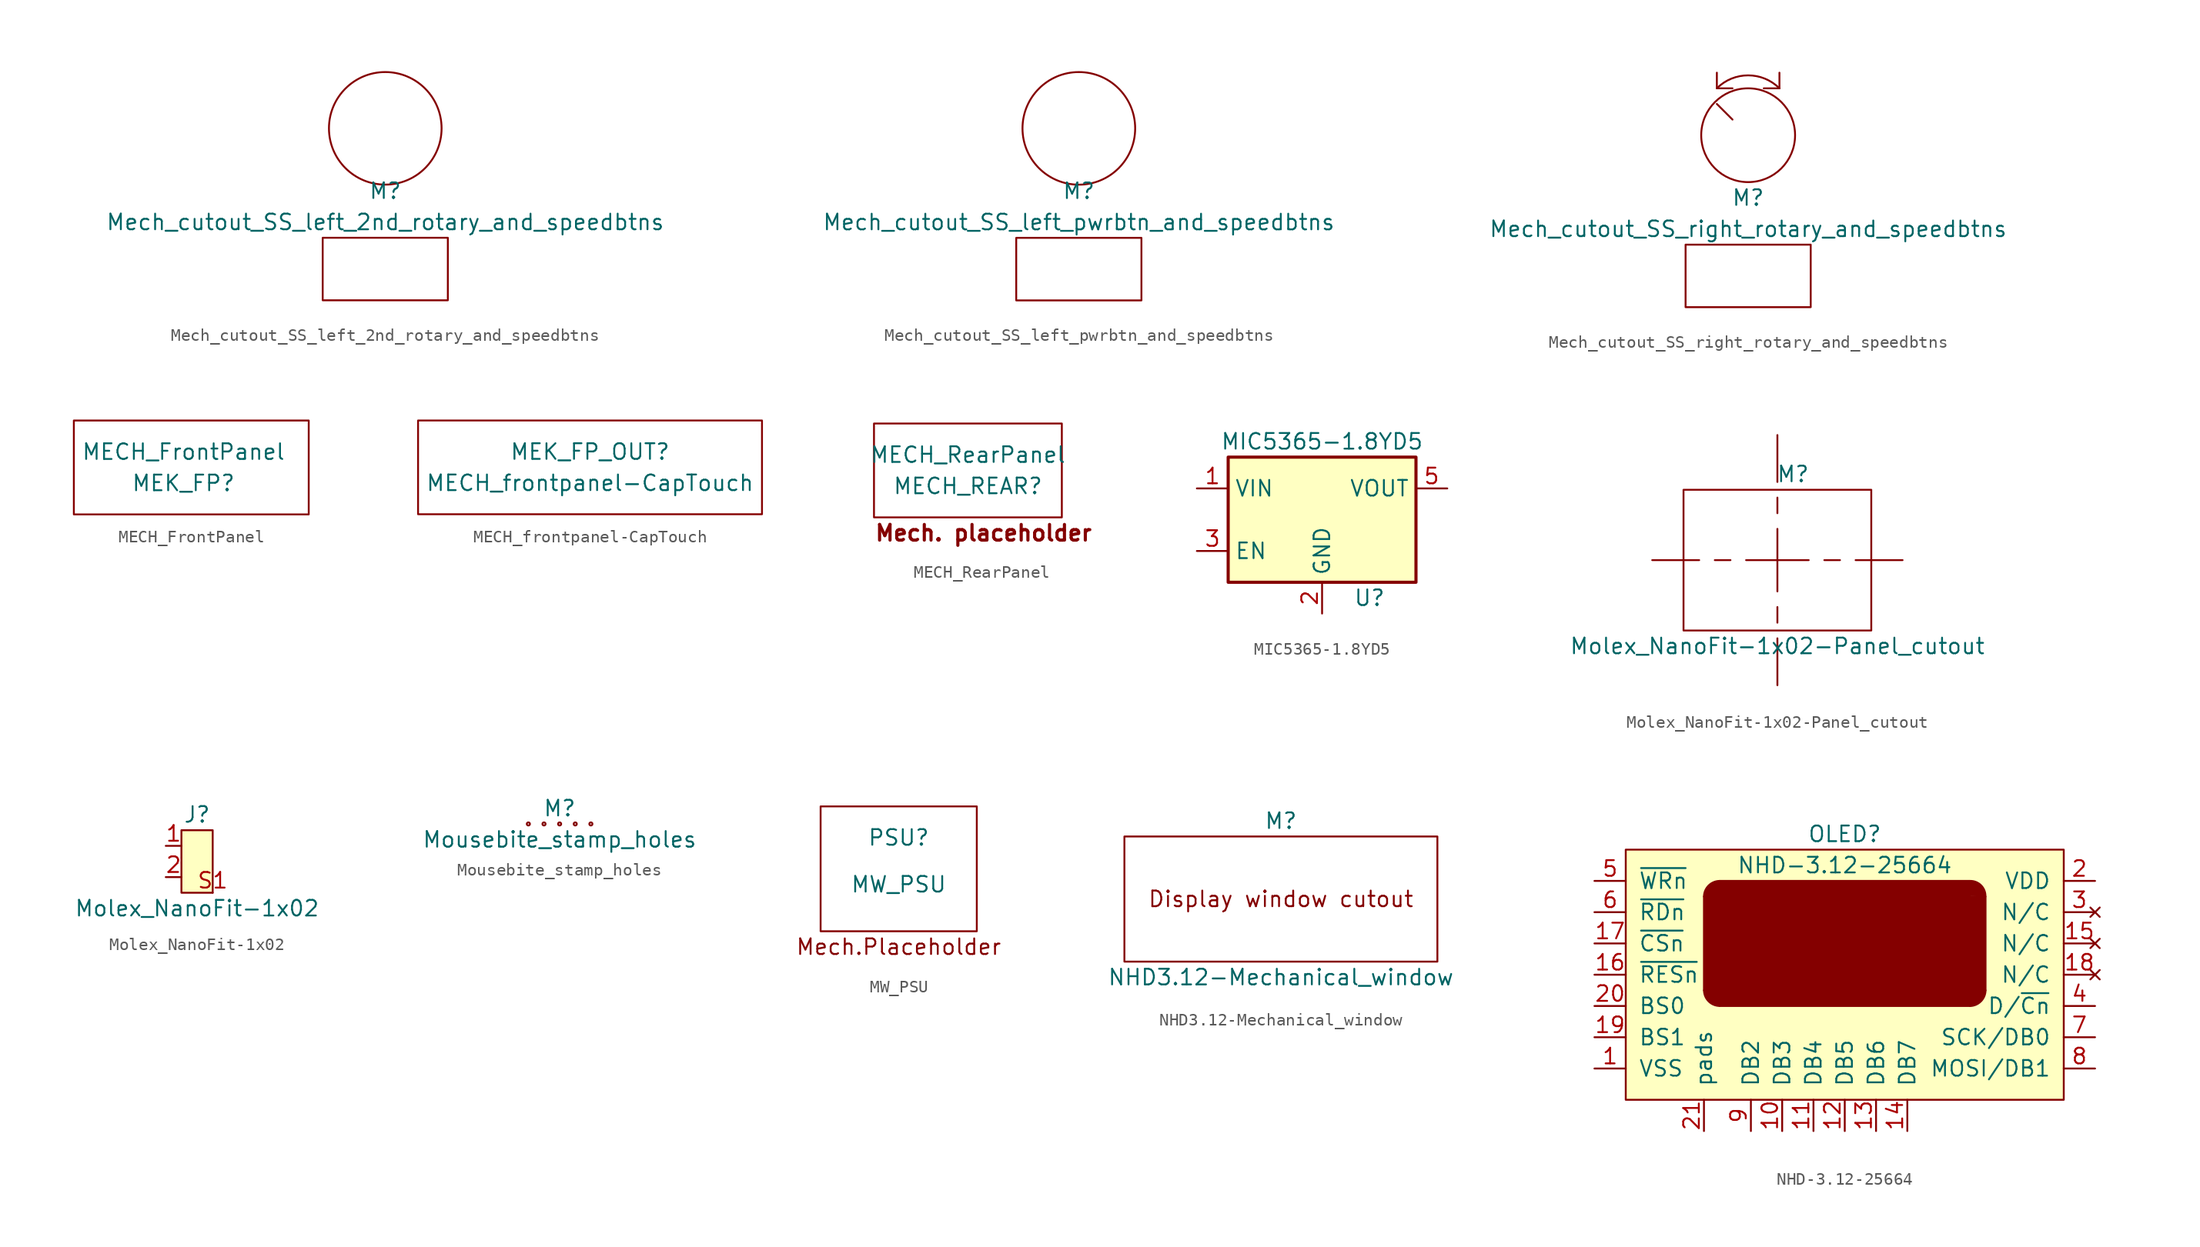
<source format=kicad_sym>
(kicad_symbol_lib
  (version 20211014)
  (generator kicad_symbol_editor)
  (symbol "Mech_cutout_SS_left_2nd_rotary_and_speedbtns"
    (pin_numbers hide)
    (pin_names
      (offset 0) hide)
    (property "Reference" "M"
      (at 0 -5.08 0)
      (effects (font (size 1.27 1.27))))
    (property "Value" "Mech_cutout_SS_left_2nd_rotary_and_speedbtns"
      (at 0 -7.62 0)
      (effects (font (size 1.27 1.27))))
    (symbol "Mech_cutout_SS_left_2nd_rotary_and_speedbtns_0_0"
      (rectangle (start -5.08 -8.89) (end 5.08 -13.97) (stroke (width 0) (type default) (color 0 0 0 0)) (fill (type none)))
      (circle (center 0 0) (radius 4.572) (stroke (width 0) (type default) (color 0 0 0 0)) (fill (type none)))))
  (symbol "Mech_cutout_SS_left_pwrbtn_and_speedbtns"
    (pin_numbers hide)
    (pin_names
      (offset 0) hide)
    (property "Reference" "M"
      (at 0 -5.08 0)
      (effects (font (size 1.27 1.27))))
    (property "Value" "Mech_cutout_SS_left_pwrbtn_and_speedbtns"
      (at 0 -7.62 0)
      (effects (font (size 1.27 1.27))))
    (symbol "Mech_cutout_SS_left_pwrbtn_and_speedbtns_0_0"
      (rectangle (start -5.08 -8.89) (end 5.08 -13.97) (stroke (width 0) (type default) (color 0 0 0 0)) (fill (type none)))
      (circle (center 0 0) (radius 4.572) (stroke (width 0) (type default) (color 0 0 0 0)) (fill (type none)))))
  (symbol "Mech_cutout_SS_right_rotary_and_speedbtns"
    (pin_numbers hide)
    (pin_names
      (offset 0) hide)
    (property "Reference" "M"
      (at 0 -5.08 0)
      (effects (font (size 1.27 1.27))))
    (property "Value" "Mech_cutout_SS_right_rotary_and_speedbtns"
      (at 0 -7.62 0)
      (effects (font (size 1.27 1.27))))
    (symbol "Mech_cutout_SS_right_rotary_and_speedbtns_0_0"
      (rectangle (start -5.08 -8.89) (end 5.08 -13.97) (stroke (width 0) (type default) (color 0 0 0 0)) (fill (type none)))
      (polyline (pts (xy -2.54 2.54) (xy -1.27 1.27)) (stroke (width 0) (type default) (color 0 0 0 0)) (fill (type none)))
      (polyline (pts (xy 2.54 3.81) (xy 1.27 3.81)) (stroke (width 0) (type default) (color 0 0 0 0)) (fill (type none)))
      (polyline (pts (xy 2.54 3.81) (xy 2.54 5.08)) (stroke (width 0) (type default) (color 0 0 0 0)) (fill (type none)))
      (polyline (pts (xy -2.54 3.81) (xy -2.54 5.08) (xy -2.54 3.81) (xy -1.27 3.81)) (stroke (width 0) (type default) (color 0 0 0 0)) (fill (type none)))
      (circle (center 0 0) (radius 3.81) (stroke (width 0) (type default) (color 0 0 0 0)) (fill (type none)))
      (arc (start 2.54 3.81) (mid 0 4.8621) (end -2.54 3.81) (stroke (width 0) (type default) (color 0 0 0 0)) (fill (type none)))))
  (symbol "MECH_FrontPanel"
    (property "Reference" "MEK_FP"
      (at 0 -1.27 0)
      (effects (font (size 1.27 1.27))))
    (property "Value" "MECH_FrontPanel"
      (at 0 1.27 0)
      (effects (font (size 1.27 1.27))))
    (symbol "MECH_FrontPanel_0_1"
      (polyline (pts (xy -8.89 3.81) (xy -8.89 -3.81) (xy 10.16 -3.81) (xy 10.16 3.81) (xy -8.89 3.81)) (stroke (width 0.152) (type default) (color 0 0 0 0)) (fill (type none)))))
  (symbol "MECH_frontpanel-CapTouch"
    (property "Reference" "MEK_FP_OUT"
      (at 0 1.27 0)
      (effects (font (size 1.27 1.27))))
    (property "Value" "MECH_frontpanel-CapTouch"
      (at 0 -1.27 0)
      (effects (font (size 1.27 1.27))))
    (symbol "MECH_frontpanel-CapTouch_0_1"
      (polyline (pts (xy -13.97 3.81) (xy -13.97 -3.81) (xy 13.97 -3.81) (xy 13.97 3.81) (xy -13.97 3.81)) (stroke (width 0.152) (type default) (color 0 0 0 0)) (fill (type none)))))
  (symbol "MECH_RearPanel"
    (property "Reference" "MECH_REAR"
      (at 0 -1.27 0)
      (effects (font (size 1.27 1.27))))
    (property "Value" "MECH_RearPanel"
      (at 0 1.27 0)
      (effects (font (size 1.27 1.27))))
    (symbol "MECH_RearPanel_0_0"
      (text "Mech. placeholder" (at 1.27 -5.08 0) (effects (font (size 1.27 1.27) bold))))
    (symbol "MECH_RearPanel_0_1"
      (rectangle (start -7.62 3.81) (end 7.62 -3.81) (stroke (width 0.152) (type default) (color 0 0 0 0)) (fill (type none)))))
  (symbol "MIC5365-1.8YD5"
    (property "Reference" "U"
      (at 2.54 -6.35 0)
      (effects (font (size 1.27 1.27)) (justify left)))
    (property "Value" "MIC5365-1.8YD5"
      (at 0 6.35 0)
      (effects (font (size 1.27 1.27))))
    (symbol "MIC5365-1.8YD5_0_1"
      (rectangle (start -7.62 -5.08) (end 7.62 5.08) (stroke (width 0.254) (type default) (color 0 0 0 0)) (fill (type background))))
    (symbol "MIC5365-1.8YD5_1_1"
      (pin power_in line (at -10.16 2.54 0) (length 2.54) (name "VIN" (effects (font (size 1.27 1.27)))) (number "1" (effects (font (size 1.27 1.27)))))
      (pin power_in line (at 0 -7.62 90) (length 2.54) (name "GND" (effects (font (size 1.27 1.27)))) (number "2" (effects (font (size 1.27 1.27)))))
      (pin input line (at -10.16 -2.54 0) (length 2.54) (name "EN" (effects (font (size 1.27 1.27)))) (number "3" (effects (font (size 1.27 1.27)))))
      (pin no_connect line (at 7.62 -2.54 180) (length 2.54) hide (name "NC" (effects (font (size 1.27 1.27)))) (number "4" (effects (font (size 1.27 1.27)))))
      (pin power_out line (at 10.16 2.54 180) (length 2.54) (name "VOUT" (effects (font (size 1.27 1.27)))) (number "5" (effects (font (size 1.27 1.27)))))))
  (symbol "Molex_NanoFit-1x02-Panel_cutout"
    (pin_names
      (offset 1.016))
    (property "Reference" "M"
      (at 1.27 6.985 0)
      (effects (font (size 1.27 1.27))))
    (property "Value" "Molex_NanoFit-1x02-Panel_cutout"
      (at 0 -6.985 0)
      (effects (font (size 1.27 1.27))))
    (symbol "Molex_NanoFit-1x02-Panel_cutout_0_0"
      (polyline (pts (xy -6.35 0) (xy -10.16 0)) (stroke (width 0) (type default) (color 0 0 0 0)) (fill (type none)))
      (polyline (pts (xy -3.81 0) (xy -5.08 0)) (stroke (width 0) (type default) (color 0 0 0 0)) (fill (type none)))
      (polyline (pts (xy -2.54 0) (xy 2.54 0)) (stroke (width 0) (type default) (color 0 0 0 0)) (fill (type none)))
      (polyline (pts (xy 0 -6.35) (xy 0 -10.16)) (stroke (width 0) (type default) (color 0 0 0 0)) (fill (type none)))
      (polyline (pts (xy 0 -3.81) (xy 0 -5.08)) (stroke (width 0) (type default) (color 0 0 0 0)) (fill (type none)))
      (polyline (pts (xy 0 2.54) (xy 0 -2.54)) (stroke (width 0) (type default) (color 0 0 0 0)) (fill (type none)))
      (polyline (pts (xy 0 3.81) (xy 0 5.08)) (stroke (width 0) (type default) (color 0 0 0 0)) (fill (type none)))
      (polyline (pts (xy 0 6.35) (xy 0 10.16)) (stroke (width 0) (type default) (color 0 0 0 0)) (fill (type none)))
      (polyline (pts (xy 3.81 0) (xy 5.08 0)) (stroke (width 0) (type default) (color 0 0 0 0)) (fill (type none)))
      (polyline (pts (xy 6.35 0) (xy 10.16 0)) (stroke (width 0) (type default) (color 0 0 0 0)) (fill (type none))))
    (symbol "Molex_NanoFit-1x02-Panel_cutout_0_1"
      (rectangle (start -7.62 5.715) (end 7.62 -5.715) (stroke (width 0) (type default) (color 0 0 0 0)) (fill (type none)))))
  (symbol "Molex_NanoFit-1x02"
    (pin_names
      (offset 1.016) hide)
    (property "Reference" "J"
      (at 0 3.81 0)
      (effects (font (size 1.27 1.27))))
    (property "Value" "Molex_NanoFit-1x02"
      (at 0 -3.81 0)
      (effects (font (size 1.27 1.27))))
    (symbol "Molex_NanoFit-1x02_0_1"
      (rectangle (start -1.27 2.54) (end 1.27 -2.54) (stroke (width 0) (type default) (color 0 0 0 0)) (fill (type background))))
    (symbol "Molex_NanoFit-1x02_1_1"
      (pin passive line (at -2.54 1.27 0) (length 1.27) (name "1" (effects (font (size 1.27 1.27)))) (number "1" (effects (font (size 1.27 1.27)))))
      (pin passive line (at -2.54 -1.27 0) (length 1.27) (name "2" (effects (font (size 1.27 1.27)))) (number "2" (effects (font (size 1.27 1.27)))))
      (pin passive line (at 1.27 -2.54 180) (length 0) (name "~" (effects (font (size 1.27 1.27)))) (number "S1" (effects (font (size 1.27 1.27)))))
      (pin passive line (at 1.27 -2.54 180) (length 0) hide (name "~" (effects (font (size 1.27 1.27)))) (number "S2" (effects (font (size 1.27 1.27)))))))
  (symbol "Mousebite_stamp_holes"
    (pin_numbers hide)
    (pin_names
      (offset 0) hide)
    (property "Reference" "M"
      (at 0 1.27 0)
      (effects (font (size 1.27 1.27))))
    (property "Value" "Mousebite_stamp_holes"
      (at 0 -1.27 0)
      (effects (font (size 1.27 1.27))))
    (symbol "Mousebite_stamp_holes_0_1"
      (circle (center -2.54 0) (radius 0.127) (stroke (width 0) (type default) (color 0 0 0 0)) (fill (type none)))
      (circle (center -1.27 0) (radius 0.127) (stroke (width 0) (type default) (color 0 0 0 0)) (fill (type none)))
      (circle (center 0 0) (radius 0.127) (stroke (width 0) (type default) (color 0 0 0 0)) (fill (type none)))
      (circle (center 1.27 0) (radius 0.127) (stroke (width 0) (type default) (color 0 0 0 0)) (fill (type none)))
      (circle (center 2.54 0) (radius 0.127) (stroke (width 0) (type default) (color 0 0 0 0)) (fill (type none)))))
  (symbol "MW_PSU"
    (pin_names
      (offset 0))
    (property "Reference" "PSU"
      (at 0 1.27 0)
      (effects (font (size 1.27 1.27))))
    (property "Value" "MW_PSU"
      (at 0 -2.54 0)
      (effects (font (size 1.27 1.27))))
    (symbol "MW_PSU_0_0"
      (text "Mech.Placeholder" (at 0 -7.62 0) (effects (font (size 1.27 1.27)))))
    (symbol "MW_PSU_0_1"
      (rectangle (start -6.35 3.81) (end 6.35 -6.35) (stroke (width 0.152) (type default) (color 0 0 0 0)) (fill (type none)))))
  (symbol "NHD3.12-Mechanical_window"
    (pin_numbers hide)
    (pin_names
      (offset 0) hide)
    (property "Reference" "M"
      (at 0 6.35 0)
      (effects (font (size 1.27 1.27))))
    (property "Value" "NHD3.12-Mechanical_window"
      (at 0 -6.35 0)
      (effects (font (size 1.27 1.27))))
    (symbol "NHD3.12-Mechanical_window_0_0"
      (text "Display window cutout" (at 0 0 0) (effects (font (size 1.27 1.27)))))
    (symbol "NHD3.12-Mechanical_window_0_1"
      (rectangle (start 12.7 -5.08) (end -12.7 5.08) (stroke (width 0) (type default) (color 0 0 0 0)) (fill (type none)))))
  (symbol "NHD-3.12-25664"
    (pin_names
      (offset 1.016))
    (property "Reference" "OLED"
      (at 0 8.89 0)
      (effects (font (size 1.27 1.27))))
    (property "Value" "NHD-3.12-25664"
      (at 0 6.35 0)
      (effects (font (size 1.27 1.27))))
    (symbol "NHD-3.12-25664_0_1"
      (rectangle (start -17.78 7.62) (end 17.78 -12.7) (stroke (width 0) (type default) (color 0 0 0 0)) (fill (type background)))
      (arc (start -11.43 -3.81) (mid -11.0527 -4.7027) (end -10.16 -5.08) (stroke (width 0) (type default) (color 0 0 0 0)) (fill (type outline)))
      (rectangle (start -11.43 3.81) (end 11.43 -3.81) (stroke (width 0) (type default) (color 0 0 0 0)) (fill (type outline)))
      (arc (start -10.16 5.08) (mid -11.0527 4.7027) (end -11.43 3.81) (stroke (width 0) (type default) (color 0 0 0 0)) (fill (type outline)))
      (rectangle (start -10.16 5.08) (end 10.16 -5.08) (stroke (width 0) (type default) (color 0 0 0 0)) (fill (type outline)))
      (arc (start 10.16 -5.08) (mid 11.0527 -4.7027) (end 11.43 -3.81) (stroke (width 0) (type default) (color 0 0 0 0)) (fill (type outline)))
      (arc (start 11.43 3.81) (mid 11.0709 4.7209) (end 10.16 5.08) (stroke (width 0) (type default) (color 0 0 0 0)) (fill (type outline))))
    (symbol "NHD-3.12-25664_1_1"
      (pin power_in line (at -20.32 -10.16 0) (length 2.54) (name "VSS" (effects (font (size 1.27 1.27)))) (number "1" (effects (font (size 1.27 1.27)))))
      (pin bidirectional line (at -5.08 -15.24 90) (length 2.54) (name "DB3" (effects (font (size 1.27 1.27)))) (number "10" (effects (font (size 1.27 1.27)))))
      (pin bidirectional line (at -2.54 -15.24 90) (length 2.54) (name "DB4" (effects (font (size 1.27 1.27)))) (number "11" (effects (font (size 1.27 1.27)))))
      (pin bidirectional line (at 0 -15.24 90) (length 2.54) (name "DB5" (effects (font (size 1.27 1.27)))) (number "12" (effects (font (size 1.27 1.27)))))
      (pin bidirectional line (at 2.54 -15.24 90) (length 2.54) (name "DB6" (effects (font (size 1.27 1.27)))) (number "13" (effects (font (size 1.27 1.27)))))
      (pin bidirectional line (at 5.08 -15.24 90) (length 2.54) (name "DB7" (effects (font (size 1.27 1.27)))) (number "14" (effects (font (size 1.27 1.27)))))
      (pin no_connect line (at 20.32 0 180) (length 2.54) (name "N/C" (effects (font (size 1.27 1.27)))) (number "15" (effects (font (size 1.27 1.27)))))
      (pin input line (at -20.32 -2.54 0) (length 2.54) (name "~{RESn}" (effects (font (size 1.27 1.27)))) (number "16" (effects (font (size 1.27 1.27)))))
      (pin input line (at -20.32 0 0) (length 2.54) (name "~{CSn}" (effects (font (size 1.27 1.27)))) (number "17" (effects (font (size 1.27 1.27)))))
      (pin no_connect line (at 20.32 -2.54 180) (length 2.54) (name "N/C" (effects (font (size 1.27 1.27)))) (number "18" (effects (font (size 1.27 1.27)))))
      (pin input line (at -20.32 -7.62 0) (length 2.54) (name "BS1" (effects (font (size 1.27 1.27)))) (number "19" (effects (font (size 1.27 1.27)))))
      (pin power_in line (at 20.32 5.08 180) (length 2.54) (name "VDD" (effects (font (size 1.27 1.27)))) (number "2" (effects (font (size 1.27 1.27)))))
      (pin input line (at -20.32 -5.08 0) (length 2.54) (name "BS0" (effects (font (size 1.27 1.27)))) (number "20" (effects (font (size 1.27 1.27)))))
      (pin passive line (at -11.43 -15.24 90) (length 2.54) (name "pads" (effects (font (size 1.27 1.27)))) (number "21" (effects (font (size 1.27 1.27)))))
      (pin no_connect line (at 20.32 2.54 180) (length 2.54) (name "N/C" (effects (font (size 1.27 1.27)))) (number "3" (effects (font (size 1.27 1.27)))))
      (pin input line (at 20.32 -5.08 180) (length 2.54) (name "D/~{Cn}" (effects (font (size 1.27 1.27)))) (number "4" (effects (font (size 1.27 1.27)))))
      (pin input line (at -20.32 5.08 0) (length 2.54) (name "~{WRn}" (effects (font (size 1.27 1.27)))) (number "5" (effects (font (size 1.27 1.27)))))
      (pin input line (at -20.32 2.54 0) (length 2.54) (name "~{RDn}" (effects (font (size 1.27 1.27)))) (number "6" (effects (font (size 1.27 1.27)))))
      (pin bidirectional line (at 20.32 -7.62 180) (length 2.54) (name "SCK/DB0" (effects (font (size 1.27 1.27)))) (number "7" (effects (font (size 1.27 1.27)))))
      (pin bidirectional line (at 20.32 -10.16 180) (length 2.54) (name "MOSI/DB1" (effects (font (size 1.27 1.27)))) (number "8" (effects (font (size 1.27 1.27)))))
      (pin bidirectional line (at -7.62 -15.24 90) (length 2.54) (name "DB2" (effects (font (size 1.27 1.27)))) (number "9" (effects (font (size 1.27 1.27))))))))
</source>
